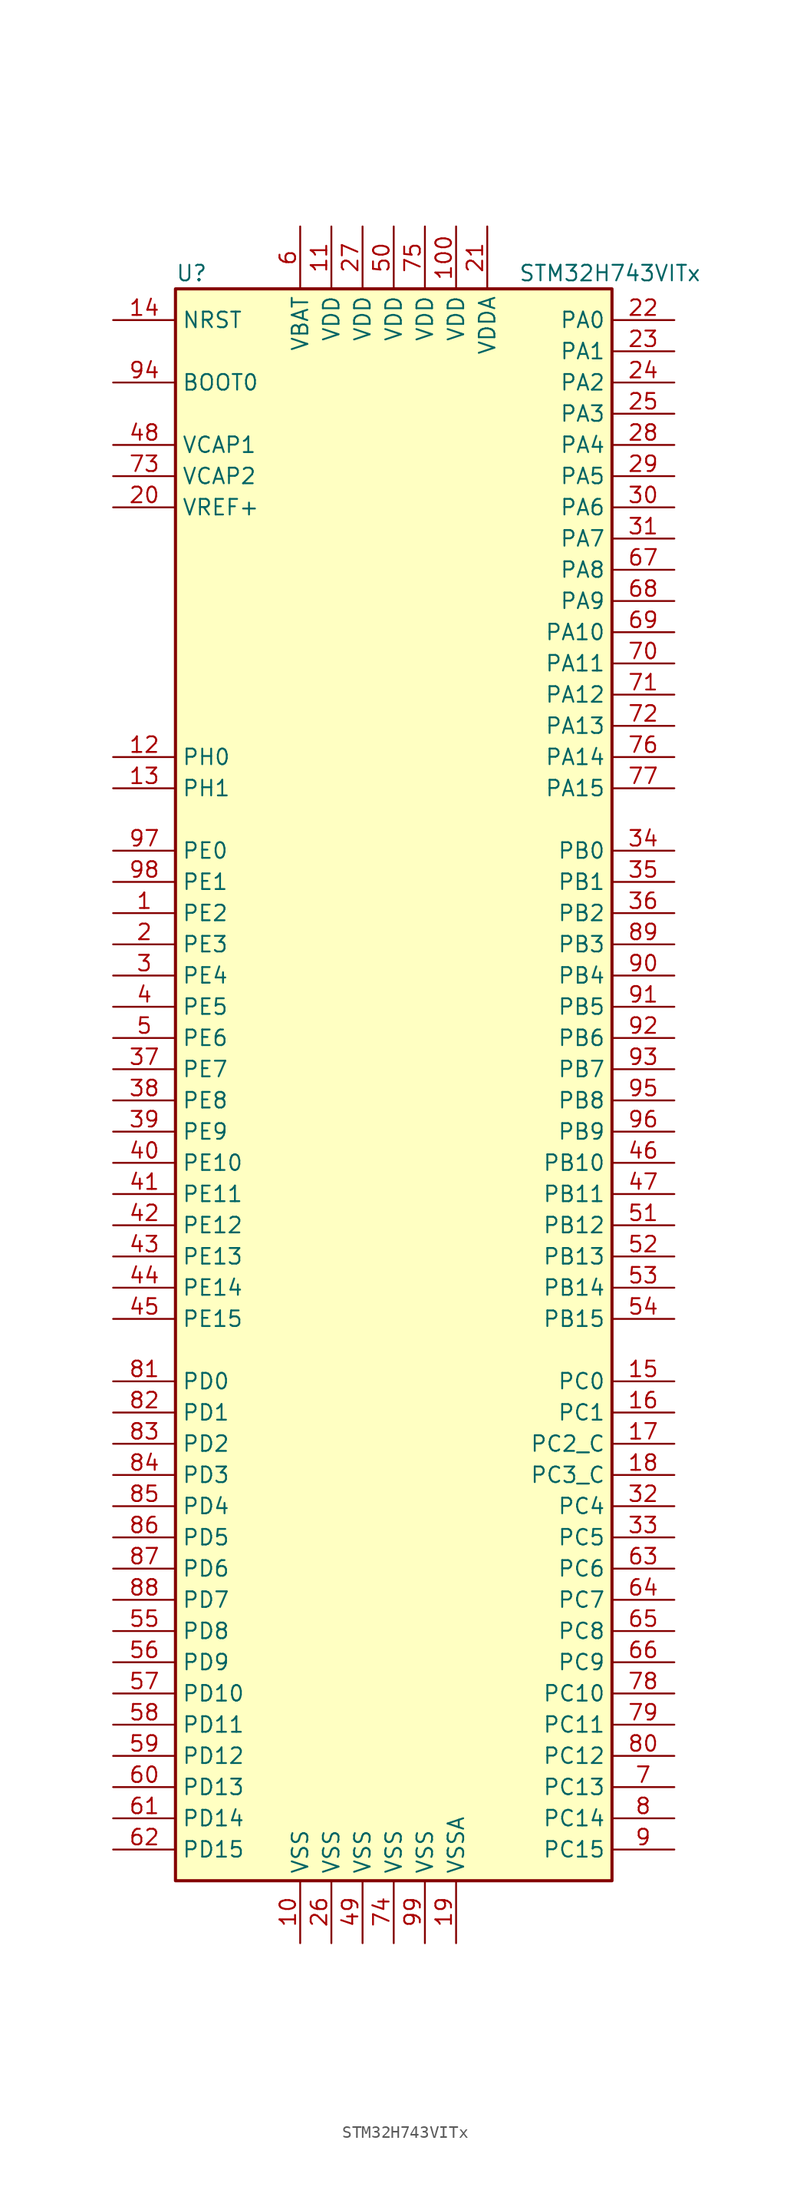
<source format=kicad_sym>
(kicad_symbol_lib
  (version 20220914)
  (generator kicad_symbol_editor)
  (symbol "STM32H743VITx"
    (property "Reference" "U"
      (at -17.78 64.77 0)
      (effects (font (size 1.27 1.27)) (justify left)))
    (property "Value" "STM32H743VITx"
      (at 10.16 64.77 0)
      (effects (font (size 1.27 1.27)) (justify left)))
    (symbol "STM32H743VITx_0_1"
      (rectangle (start -17.78 -66.04) (end 17.78 63.5) (stroke (width 0.254) (type default)) (fill (type background))))
    (symbol "STM32H743VITx_1_1"
      (pin bidirectional line (at -22.86 12.7 0) (length 5.08) (name "PE2" (effects (font (size 1.27 1.27)))) (number "1" (effects (font (size 1.27 1.27)))))
      (pin power_in line (at -7.62 -71.12 90) (length 5.08) (name "VSS" (effects (font (size 1.27 1.27)))) (number "10" (effects (font (size 1.27 1.27)))))
      (pin power_in line (at 5.08 68.58 270) (length 5.08) (name "VDD" (effects (font (size 1.27 1.27)))) (number "100" (effects (font (size 1.27 1.27)))))
      (pin power_in line (at -5.08 68.58 270) (length 5.08) (name "VDD" (effects (font (size 1.27 1.27)))) (number "11" (effects (font (size 1.27 1.27)))))
      (pin input line (at -22.86 25.4 0) (length 5.08) (name "PH0" (effects (font (size 1.27 1.27)))) (number "12" (effects (font (size 1.27 1.27)))))
      (pin input line (at -22.86 22.86 0) (length 5.08) (name "PH1" (effects (font (size 1.27 1.27)))) (number "13" (effects (font (size 1.27 1.27)))))
      (pin input line (at -22.86 60.96 0) (length 5.08) (name "NRST" (effects (font (size 1.27 1.27)))) (number "14" (effects (font (size 1.27 1.27)))))
      (pin bidirectional line (at 22.86 -25.4 180) (length 5.08) (name "PC0" (effects (font (size 1.27 1.27)))) (number "15" (effects (font (size 1.27 1.27)))))
      (pin bidirectional line (at 22.86 -27.94 180) (length 5.08) (name "PC1" (effects (font (size 1.27 1.27)))) (number "16" (effects (font (size 1.27 1.27)))))
      (pin bidirectional line (at 22.86 -30.48 180) (length 5.08) (name "PC2_C" (effects (font (size 1.27 1.27)))) (number "17" (effects (font (size 1.27 1.27)))))
      (pin bidirectional line (at 22.86 -33.02 180) (length 5.08) (name "PC3_C" (effects (font (size 1.27 1.27)))) (number "18" (effects (font (size 1.27 1.27)))))
      (pin power_in line (at 5.08 -71.12 90) (length 5.08) (name "VSSA" (effects (font (size 1.27 1.27)))) (number "19" (effects (font (size 1.27 1.27)))))
      (pin bidirectional line (at -22.86 10.16 0) (length 5.08) (name "PE3" (effects (font (size 1.27 1.27)))) (number "2" (effects (font (size 1.27 1.27)))))
      (pin bidirectional line (at -22.86 45.72 0) (length 5.08) (name "VREF+" (effects (font (size 1.27 1.27)))) (number "20" (effects (font (size 1.27 1.27)))))
      (pin power_in line (at 7.62 68.58 270) (length 5.08) (name "VDDA" (effects (font (size 1.27 1.27)))) (number "21" (effects (font (size 1.27 1.27)))))
      (pin bidirectional line (at 22.86 60.96 180) (length 5.08) (name "PA0" (effects (font (size 1.27 1.27)))) (number "22" (effects (font (size 1.27 1.27)))))
      (pin bidirectional line (at 22.86 58.42 180) (length 5.08) (name "PA1" (effects (font (size 1.27 1.27)))) (number "23" (effects (font (size 1.27 1.27)))))
      (pin bidirectional line (at 22.86 55.88 180) (length 5.08) (name "PA2" (effects (font (size 1.27 1.27)))) (number "24" (effects (font (size 1.27 1.27)))))
      (pin bidirectional line (at 22.86 53.34 180) (length 5.08) (name "PA3" (effects (font (size 1.27 1.27)))) (number "25" (effects (font (size 1.27 1.27)))))
      (pin power_in line (at -5.08 -71.12 90) (length 5.08) (name "VSS" (effects (font (size 1.27 1.27)))) (number "26" (effects (font (size 1.27 1.27)))))
      (pin power_in line (at -2.54 68.58 270) (length 5.08) (name "VDD" (effects (font (size 1.27 1.27)))) (number "27" (effects (font (size 1.27 1.27)))))
      (pin bidirectional line (at 22.86 50.8 180) (length 5.08) (name "PA4" (effects (font (size 1.27 1.27)))) (number "28" (effects (font (size 1.27 1.27)))))
      (pin bidirectional line (at 22.86 48.26 180) (length 5.08) (name "PA5" (effects (font (size 1.27 1.27)))) (number "29" (effects (font (size 1.27 1.27)))))
      (pin bidirectional line (at -22.86 7.62 0) (length 5.08) (name "PE4" (effects (font (size 1.27 1.27)))) (number "3" (effects (font (size 1.27 1.27)))))
      (pin bidirectional line (at 22.86 45.72 180) (length 5.08) (name "PA6" (effects (font (size 1.27 1.27)))) (number "30" (effects (font (size 1.27 1.27)))))
      (pin bidirectional line (at 22.86 43.18 180) (length 5.08) (name "PA7" (effects (font (size 1.27 1.27)))) (number "31" (effects (font (size 1.27 1.27)))))
      (pin bidirectional line (at 22.86 -35.56 180) (length 5.08) (name "PC4" (effects (font (size 1.27 1.27)))) (number "32" (effects (font (size 1.27 1.27)))))
      (pin bidirectional line (at 22.86 -38.1 180) (length 5.08) (name "PC5" (effects (font (size 1.27 1.27)))) (number "33" (effects (font (size 1.27 1.27)))))
      (pin bidirectional line (at 22.86 17.78 180) (length 5.08) (name "PB0" (effects (font (size 1.27 1.27)))) (number "34" (effects (font (size 1.27 1.27)))))
      (pin bidirectional line (at 22.86 15.24 180) (length 5.08) (name "PB1" (effects (font (size 1.27 1.27)))) (number "35" (effects (font (size 1.27 1.27)))))
      (pin bidirectional line (at 22.86 12.7 180) (length 5.08) (name "PB2" (effects (font (size 1.27 1.27)))) (number "36" (effects (font (size 1.27 1.27)))))
      (pin bidirectional line (at -22.86 0 0) (length 5.08) (name "PE7" (effects (font (size 1.27 1.27)))) (number "37" (effects (font (size 1.27 1.27)))))
      (pin bidirectional line (at -22.86 -2.54 0) (length 5.08) (name "PE8" (effects (font (size 1.27 1.27)))) (number "38" (effects (font (size 1.27 1.27)))))
      (pin bidirectional line (at -22.86 -5.08 0) (length 5.08) (name "PE9" (effects (font (size 1.27 1.27)))) (number "39" (effects (font (size 1.27 1.27)))))
      (pin bidirectional line (at -22.86 5.08 0) (length 5.08) (name "PE5" (effects (font (size 1.27 1.27)))) (number "4" (effects (font (size 1.27 1.27)))))
      (pin bidirectional line (at -22.86 -7.62 0) (length 5.08) (name "PE10" (effects (font (size 1.27 1.27)))) (number "40" (effects (font (size 1.27 1.27)))))
      (pin bidirectional line (at -22.86 -10.16 0) (length 5.08) (name "PE11" (effects (font (size 1.27 1.27)))) (number "41" (effects (font (size 1.27 1.27)))))
      (pin bidirectional line (at -22.86 -12.7 0) (length 5.08) (name "PE12" (effects (font (size 1.27 1.27)))) (number "42" (effects (font (size 1.27 1.27)))))
      (pin bidirectional line (at -22.86 -15.24 0) (length 5.08) (name "PE13" (effects (font (size 1.27 1.27)))) (number "43" (effects (font (size 1.27 1.27)))))
      (pin bidirectional line (at -22.86 -17.78 0) (length 5.08) (name "PE14" (effects (font (size 1.27 1.27)))) (number "44" (effects (font (size 1.27 1.27)))))
      (pin bidirectional line (at -22.86 -20.32 0) (length 5.08) (name "PE15" (effects (font (size 1.27 1.27)))) (number "45" (effects (font (size 1.27 1.27)))))
      (pin bidirectional line (at 22.86 -7.62 180) (length 5.08) (name "PB10" (effects (font (size 1.27 1.27)))) (number "46" (effects (font (size 1.27 1.27)))))
      (pin bidirectional line (at 22.86 -10.16 180) (length 5.08) (name "PB11" (effects (font (size 1.27 1.27)))) (number "47" (effects (font (size 1.27 1.27)))))
      (pin power_in line (at -22.86 50.8 0) (length 5.08) (name "VCAP1" (effects (font (size 1.27 1.27)))) (number "48" (effects (font (size 1.27 1.27)))))
      (pin power_in line (at -2.54 -71.12 90) (length 5.08) (name "VSS" (effects (font (size 1.27 1.27)))) (number "49" (effects (font (size 1.27 1.27)))))
      (pin bidirectional line (at -22.86 2.54 0) (length 5.08) (name "PE6" (effects (font (size 1.27 1.27)))) (number "5" (effects (font (size 1.27 1.27)))))
      (pin power_in line (at 0 68.58 270) (length 5.08) (name "VDD" (effects (font (size 1.27 1.27)))) (number "50" (effects (font (size 1.27 1.27)))))
      (pin bidirectional line (at 22.86 -12.7 180) (length 5.08) (name "PB12" (effects (font (size 1.27 1.27)))) (number "51" (effects (font (size 1.27 1.27)))))
      (pin bidirectional line (at 22.86 -15.24 180) (length 5.08) (name "PB13" (effects (font (size 1.27 1.27)))) (number "52" (effects (font (size 1.27 1.27)))))
      (pin bidirectional line (at 22.86 -17.78 180) (length 5.08) (name "PB14" (effects (font (size 1.27 1.27)))) (number "53" (effects (font (size 1.27 1.27)))))
      (pin bidirectional line (at 22.86 -20.32 180) (length 5.08) (name "PB15" (effects (font (size 1.27 1.27)))) (number "54" (effects (font (size 1.27 1.27)))))
      (pin bidirectional line (at -22.86 -45.72 0) (length 5.08) (name "PD8" (effects (font (size 1.27 1.27)))) (number "55" (effects (font (size 1.27 1.27)))))
      (pin bidirectional line (at -22.86 -48.26 0) (length 5.08) (name "PD9" (effects (font (size 1.27 1.27)))) (number "56" (effects (font (size 1.27 1.27)))))
      (pin bidirectional line (at -22.86 -50.8 0) (length 5.08) (name "PD10" (effects (font (size 1.27 1.27)))) (number "57" (effects (font (size 1.27 1.27)))))
      (pin bidirectional line (at -22.86 -53.34 0) (length 5.08) (name "PD11" (effects (font (size 1.27 1.27)))) (number "58" (effects (font (size 1.27 1.27)))))
      (pin bidirectional line (at -22.86 -55.88 0) (length 5.08) (name "PD12" (effects (font (size 1.27 1.27)))) (number "59" (effects (font (size 1.27 1.27)))))
      (pin power_in line (at -7.62 68.58 270) (length 5.08) (name "VBAT" (effects (font (size 1.27 1.27)))) (number "6" (effects (font (size 1.27 1.27)))))
      (pin bidirectional line (at -22.86 -58.42 0) (length 5.08) (name "PD13" (effects (font (size 1.27 1.27)))) (number "60" (effects (font (size 1.27 1.27)))))
      (pin bidirectional line (at -22.86 -60.96 0) (length 5.08) (name "PD14" (effects (font (size 1.27 1.27)))) (number "61" (effects (font (size 1.27 1.27)))))
      (pin bidirectional line (at -22.86 -63.5 0) (length 5.08) (name "PD15" (effects (font (size 1.27 1.27)))) (number "62" (effects (font (size 1.27 1.27)))))
      (pin bidirectional line (at 22.86 -40.64 180) (length 5.08) (name "PC6" (effects (font (size 1.27 1.27)))) (number "63" (effects (font (size 1.27 1.27)))))
      (pin bidirectional line (at 22.86 -43.18 180) (length 5.08) (name "PC7" (effects (font (size 1.27 1.27)))) (number "64" (effects (font (size 1.27 1.27)))))
      (pin bidirectional line (at 22.86 -45.72 180) (length 5.08) (name "PC8" (effects (font (size 1.27 1.27)))) (number "65" (effects (font (size 1.27 1.27)))))
      (pin bidirectional line (at 22.86 -48.26 180) (length 5.08) (name "PC9" (effects (font (size 1.27 1.27)))) (number "66" (effects (font (size 1.27 1.27)))))
      (pin bidirectional line (at 22.86 40.64 180) (length 5.08) (name "PA8" (effects (font (size 1.27 1.27)))) (number "67" (effects (font (size 1.27 1.27)))))
      (pin bidirectional line (at 22.86 38.1 180) (length 5.08) (name "PA9" (effects (font (size 1.27 1.27)))) (number "68" (effects (font (size 1.27 1.27)))))
      (pin bidirectional line (at 22.86 35.56 180) (length 5.08) (name "PA10" (effects (font (size 1.27 1.27)))) (number "69" (effects (font (size 1.27 1.27)))))
      (pin bidirectional line (at 22.86 -58.42 180) (length 5.08) (name "PC13" (effects (font (size 1.27 1.27)))) (number "7" (effects (font (size 1.27 1.27)))))
      (pin bidirectional line (at 22.86 33.02 180) (length 5.08) (name "PA11" (effects (font (size 1.27 1.27)))) (number "70" (effects (font (size 1.27 1.27)))))
      (pin bidirectional line (at 22.86 30.48 180) (length 5.08) (name "PA12" (effects (font (size 1.27 1.27)))) (number "71" (effects (font (size 1.27 1.27)))))
      (pin bidirectional line (at 22.86 27.94 180) (length 5.08) (name "PA13" (effects (font (size 1.27 1.27)))) (number "72" (effects (font (size 1.27 1.27)))))
      (pin power_in line (at -22.86 48.26 0) (length 5.08) (name "VCAP2" (effects (font (size 1.27 1.27)))) (number "73" (effects (font (size 1.27 1.27)))))
      (pin power_in line (at 0 -71.12 90) (length 5.08) (name "VSS" (effects (font (size 1.27 1.27)))) (number "74" (effects (font (size 1.27 1.27)))))
      (pin power_in line (at 2.54 68.58 270) (length 5.08) (name "VDD" (effects (font (size 1.27 1.27)))) (number "75" (effects (font (size 1.27 1.27)))))
      (pin bidirectional line (at 22.86 25.4 180) (length 5.08) (name "PA14" (effects (font (size 1.27 1.27)))) (number "76" (effects (font (size 1.27 1.27)))))
      (pin bidirectional line (at 22.86 22.86 180) (length 5.08) (name "PA15" (effects (font (size 1.27 1.27)))) (number "77" (effects (font (size 1.27 1.27)))))
      (pin bidirectional line (at 22.86 -50.8 180) (length 5.08) (name "PC10" (effects (font (size 1.27 1.27)))) (number "78" (effects (font (size 1.27 1.27)))))
      (pin bidirectional line (at 22.86 -53.34 180) (length 5.08) (name "PC11" (effects (font (size 1.27 1.27)))) (number "79" (effects (font (size 1.27 1.27)))))
      (pin bidirectional line (at 22.86 -60.96 180) (length 5.08) (name "PC14" (effects (font (size 1.27 1.27)))) (number "8" (effects (font (size 1.27 1.27)))))
      (pin bidirectional line (at 22.86 -55.88 180) (length 5.08) (name "PC12" (effects (font (size 1.27 1.27)))) (number "80" (effects (font (size 1.27 1.27)))))
      (pin bidirectional line (at -22.86 -25.4 0) (length 5.08) (name "PD0" (effects (font (size 1.27 1.27)))) (number "81" (effects (font (size 1.27 1.27)))))
      (pin bidirectional line (at -22.86 -27.94 0) (length 5.08) (name "PD1" (effects (font (size 1.27 1.27)))) (number "82" (effects (font (size 1.27 1.27)))))
      (pin bidirectional line (at -22.86 -30.48 0) (length 5.08) (name "PD2" (effects (font (size 1.27 1.27)))) (number "83" (effects (font (size 1.27 1.27)))))
      (pin bidirectional line (at -22.86 -33.02 0) (length 5.08) (name "PD3" (effects (font (size 1.27 1.27)))) (number "84" (effects (font (size 1.27 1.27)))))
      (pin bidirectional line (at -22.86 -35.56 0) (length 5.08) (name "PD4" (effects (font (size 1.27 1.27)))) (number "85" (effects (font (size 1.27 1.27)))))
      (pin bidirectional line (at -22.86 -38.1 0) (length 5.08) (name "PD5" (effects (font (size 1.27 1.27)))) (number "86" (effects (font (size 1.27 1.27)))))
      (pin bidirectional line (at -22.86 -40.64 0) (length 5.08) (name "PD6" (effects (font (size 1.27 1.27)))) (number "87" (effects (font (size 1.27 1.27)))))
      (pin bidirectional line (at -22.86 -43.18 0) (length 5.08) (name "PD7" (effects (font (size 1.27 1.27)))) (number "88" (effects (font (size 1.27 1.27)))))
      (pin bidirectional line (at 22.86 10.16 180) (length 5.08) (name "PB3" (effects (font (size 1.27 1.27)))) (number "89" (effects (font (size 1.27 1.27)))))
      (pin bidirectional line (at 22.86 -63.5 180) (length 5.08) (name "PC15" (effects (font (size 1.27 1.27)))) (number "9" (effects (font (size 1.27 1.27)))))
      (pin bidirectional line (at 22.86 7.62 180) (length 5.08) (name "PB4" (effects (font (size 1.27 1.27)))) (number "90" (effects (font (size 1.27 1.27)))))
      (pin bidirectional line (at 22.86 5.08 180) (length 5.08) (name "PB5" (effects (font (size 1.27 1.27)))) (number "91" (effects (font (size 1.27 1.27)))))
      (pin bidirectional line (at 22.86 2.54 180) (length 5.08) (name "PB6" (effects (font (size 1.27 1.27)))) (number "92" (effects (font (size 1.27 1.27)))))
      (pin bidirectional line (at 22.86 0 180) (length 5.08) (name "PB7" (effects (font (size 1.27 1.27)))) (number "93" (effects (font (size 1.27 1.27)))))
      (pin input line (at -22.86 55.88 0) (length 5.08) (name "BOOT0" (effects (font (size 1.27 1.27)))) (number "94" (effects (font (size 1.27 1.27)))))
      (pin bidirectional line (at 22.86 -2.54 180) (length 5.08) (name "PB8" (effects (font (size 1.27 1.27)))) (number "95" (effects (font (size 1.27 1.27)))))
      (pin bidirectional line (at 22.86 -5.08 180) (length 5.08) (name "PB9" (effects (font (size 1.27 1.27)))) (number "96" (effects (font (size 1.27 1.27)))))
      (pin bidirectional line (at -22.86 17.78 0) (length 5.08) (name "PE0" (effects (font (size 1.27 1.27)))) (number "97" (effects (font (size 1.27 1.27)))))
      (pin bidirectional line (at -22.86 15.24 0) (length 5.08) (name "PE1" (effects (font (size 1.27 1.27)))) (number "98" (effects (font (size 1.27 1.27)))))
      (pin power_in line (at 2.54 -71.12 90) (length 5.08) (name "VSS" (effects (font (size 1.27 1.27)))) (number "99" (effects (font (size 1.27 1.27))))))))
</source>
